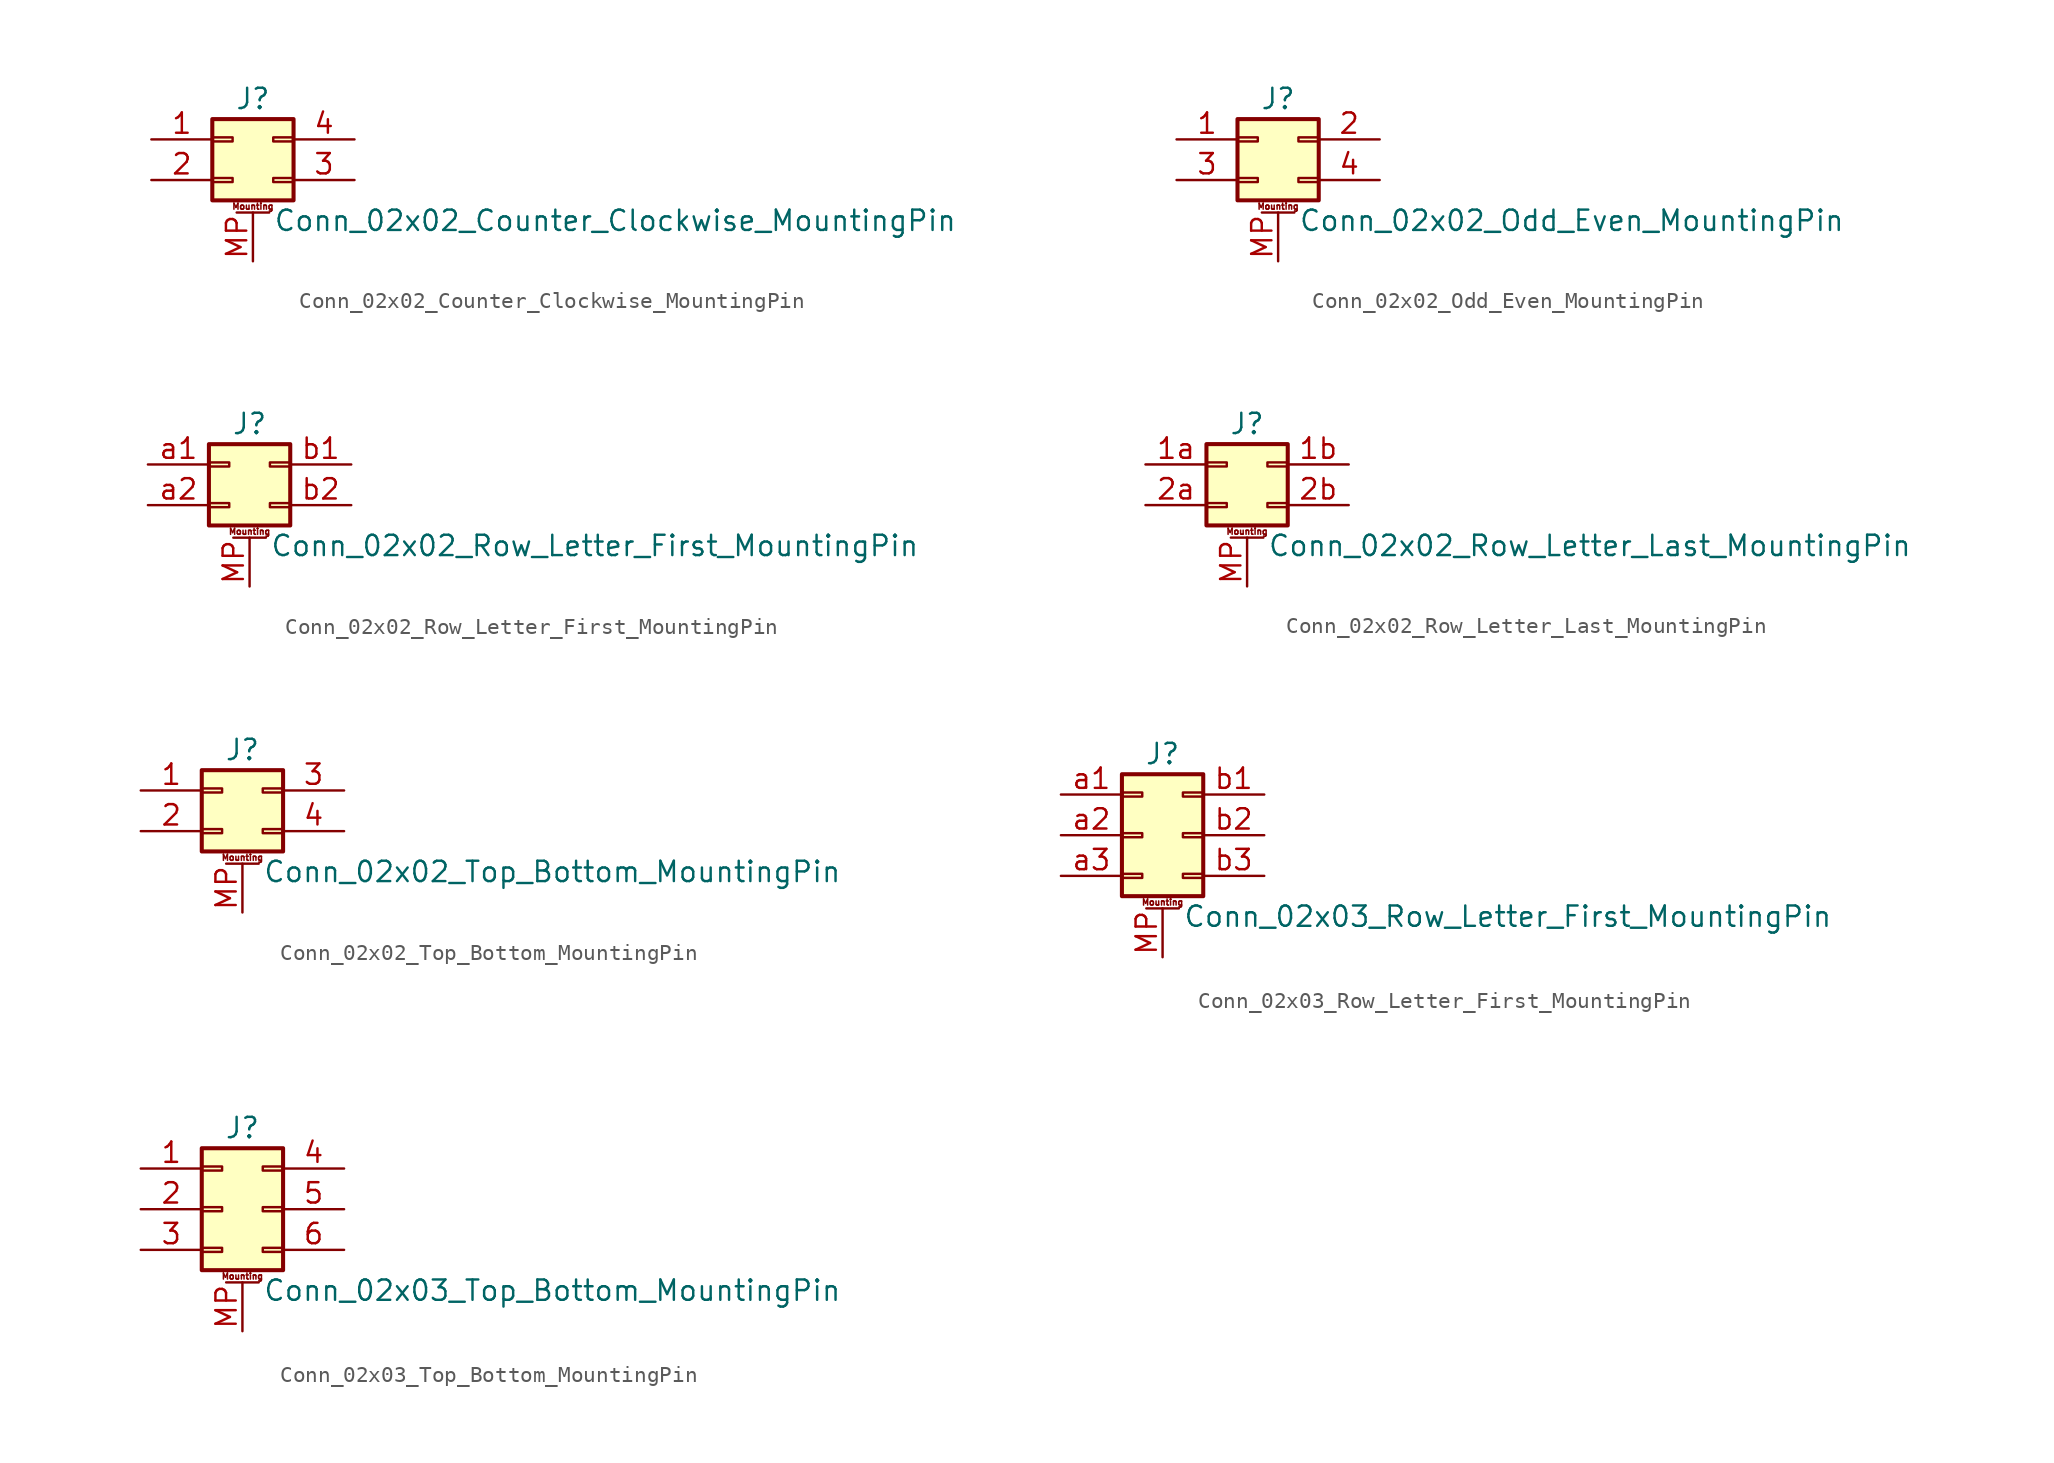
<source format=kicad_sym>
(kicad_symbol_lib
  (version 20201005)
  (generator kicad_symbol_editor)
  (symbol "Conn_02x02_Counter_Clockwise_MountingPin"
    (pin_names
      (offset 1.016) hide)
    (property "Reference" "J"
      (at 1.27 2.54 0)
      (effects (font (size 1.27 1.27))))
    (property "Value" "Conn_02x02_Counter_Clockwise_MountingPin"
      (at 2.54 -5.08 0)
      (effects (font (size 1.27 1.27)) (justify left)))
    (symbol "Conn_02x02_Counter_Clockwise_MountingPin_1_1"
      (text "Mounting" (at 1.27 -4.191 0) (effects (font (size 0.381 0.381))))
      (rectangle (start -1.27 -2.413) (end 0 -2.667) (stroke (width 0.152)) (fill (type none)))
      (rectangle (start -1.27 0.127) (end 0 -0.127) (stroke (width 0.152)) (fill (type none)))
      (rectangle (start -1.27 1.27) (end 3.81 -3.81) (stroke (width 0.254)) (fill (type background)))
      (rectangle (start 3.81 -2.413) (end 2.54 -2.667) (stroke (width 0.152)) (fill (type none)))
      (rectangle (start 3.81 0.127) (end 2.54 -0.127) (stroke (width 0.152)) (fill (type none)))
      (polyline (pts (xy 0.254 -4.572) (xy 2.286 -4.572)) (stroke (width 0.152)) (fill (type none)))
      (pin passive line (at -5.08 0 0) (length 3.81) (name "Pin_1" (effects (font (size 1.27 1.27)))) (number "1" (effects (font (size 1.27 1.27)))))
      (pin passive line (at -5.08 -2.54 0) (length 3.81) (name "Pin_2" (effects (font (size 1.27 1.27)))) (number "2" (effects (font (size 1.27 1.27)))))
      (pin passive line (at 7.62 -2.54 180) (length 3.81) (name "Pin_3" (effects (font (size 1.27 1.27)))) (number "3" (effects (font (size 1.27 1.27)))))
      (pin passive line (at 7.62 0 180) (length 3.81) (name "Pin_4" (effects (font (size 1.27 1.27)))) (number "4" (effects (font (size 1.27 1.27)))))
      (pin passive line (at 1.27 -7.62 90) (length 3.048) (name "MountPin" (effects (font (size 1.27 1.27)))) (number "MP" (effects (font (size 1.27 1.27)))))))
  (symbol "Conn_02x02_Odd_Even_MountingPin"
    (pin_names
      (offset 1.016) hide)
    (property "Reference" "J"
      (at 1.27 2.54 0)
      (effects (font (size 1.27 1.27))))
    (property "Value" "Conn_02x02_Odd_Even_MountingPin"
      (at 2.54 -5.08 0)
      (effects (font (size 1.27 1.27)) (justify left)))
    (symbol "Conn_02x02_Odd_Even_MountingPin_1_1"
      (text "Mounting" (at 1.27 -4.191 0) (effects (font (size 0.381 0.381))))
      (rectangle (start -1.27 -2.413) (end 0 -2.667) (stroke (width 0.152)) (fill (type none)))
      (rectangle (start -1.27 0.127) (end 0 -0.127) (stroke (width 0.152)) (fill (type none)))
      (rectangle (start -1.27 1.27) (end 3.81 -3.81) (stroke (width 0.254)) (fill (type background)))
      (rectangle (start 3.81 -2.413) (end 2.54 -2.667) (stroke (width 0.152)) (fill (type none)))
      (rectangle (start 3.81 0.127) (end 2.54 -0.127) (stroke (width 0.152)) (fill (type none)))
      (polyline (pts (xy 0.254 -4.572) (xy 2.286 -4.572)) (stroke (width 0.152)) (fill (type none)))
      (pin passive line (at -5.08 0 0) (length 3.81) (name "Pin_1" (effects (font (size 1.27 1.27)))) (number "1" (effects (font (size 1.27 1.27)))))
      (pin passive line (at 7.62 0 180) (length 3.81) (name "Pin_2" (effects (font (size 1.27 1.27)))) (number "2" (effects (font (size 1.27 1.27)))))
      (pin passive line (at -5.08 -2.54 0) (length 3.81) (name "Pin_3" (effects (font (size 1.27 1.27)))) (number "3" (effects (font (size 1.27 1.27)))))
      (pin passive line (at 7.62 -2.54 180) (length 3.81) (name "Pin_4" (effects (font (size 1.27 1.27)))) (number "4" (effects (font (size 1.27 1.27)))))
      (pin passive line (at 1.27 -7.62 90) (length 3.048) (name "MountPin" (effects (font (size 1.27 1.27)))) (number "MP" (effects (font (size 1.27 1.27)))))))
  (symbol "Conn_02x02_Row_Letter_First_MountingPin"
    (pin_names
      (offset 1.016) hide)
    (property "Reference" "J"
      (at 1.27 2.54 0)
      (effects (font (size 1.27 1.27))))
    (property "Value" "Conn_02x02_Row_Letter_First_MountingPin"
      (at 2.54 -5.08 0)
      (effects (font (size 1.27 1.27)) (justify left)))
    (symbol "Conn_02x02_Row_Letter_First_MountingPin_1_1"
      (text "Mounting" (at 1.27 -4.191 0) (effects (font (size 0.381 0.381))))
      (rectangle (start -1.27 -2.413) (end 0 -2.667) (stroke (width 0.152)) (fill (type none)))
      (rectangle (start -1.27 0.127) (end 0 -0.127) (stroke (width 0.152)) (fill (type none)))
      (rectangle (start -1.27 1.27) (end 3.81 -3.81) (stroke (width 0.254)) (fill (type background)))
      (rectangle (start 3.81 -2.413) (end 2.54 -2.667) (stroke (width 0.152)) (fill (type none)))
      (rectangle (start 3.81 0.127) (end 2.54 -0.127) (stroke (width 0.152)) (fill (type none)))
      (polyline (pts (xy 0.254 -4.572) (xy 2.286 -4.572)) (stroke (width 0.152)) (fill (type none)))
      (pin passive line (at 1.27 -7.62 90) (length 3.048) (name "MountPin" (effects (font (size 1.27 1.27)))) (number "MP" (effects (font (size 1.27 1.27)))))
      (pin passive line (at -5.08 0 0) (length 3.81) (name "Pin_a1" (effects (font (size 1.27 1.27)))) (number "a1" (effects (font (size 1.27 1.27)))))
      (pin passive line (at -5.08 -2.54 0) (length 3.81) (name "Pin_a2" (effects (font (size 1.27 1.27)))) (number "a2" (effects (font (size 1.27 1.27)))))
      (pin passive line (at 7.62 0 180) (length 3.81) (name "Pin_b1" (effects (font (size 1.27 1.27)))) (number "b1" (effects (font (size 1.27 1.27)))))
      (pin passive line (at 7.62 -2.54 180) (length 3.81) (name "Pin_b2" (effects (font (size 1.27 1.27)))) (number "b2" (effects (font (size 1.27 1.27)))))))
  (symbol "Conn_02x02_Row_Letter_Last_MountingPin"
    (pin_names
      (offset 1.016) hide)
    (property "Reference" "J"
      (at 1.27 2.54 0)
      (effects (font (size 1.27 1.27))))
    (property "Value" "Conn_02x02_Row_Letter_Last_MountingPin"
      (at 2.54 -5.08 0)
      (effects (font (size 1.27 1.27)) (justify left)))
    (symbol "Conn_02x02_Row_Letter_Last_MountingPin_1_1"
      (text "Mounting" (at 1.27 -4.191 0) (effects (font (size 0.381 0.381))))
      (rectangle (start -1.27 -2.413) (end 0 -2.667) (stroke (width 0.152)) (fill (type none)))
      (rectangle (start -1.27 0.127) (end 0 -0.127) (stroke (width 0.152)) (fill (type none)))
      (rectangle (start -1.27 1.27) (end 3.81 -3.81) (stroke (width 0.254)) (fill (type background)))
      (rectangle (start 3.81 -2.413) (end 2.54 -2.667) (stroke (width 0.152)) (fill (type none)))
      (rectangle (start 3.81 0.127) (end 2.54 -0.127) (stroke (width 0.152)) (fill (type none)))
      (polyline (pts (xy 0.254 -4.572) (xy 2.286 -4.572)) (stroke (width 0.152)) (fill (type none)))
      (pin passive line (at -5.08 0 0) (length 3.81) (name "Pin_1a" (effects (font (size 1.27 1.27)))) (number "1a" (effects (font (size 1.27 1.27)))))
      (pin passive line (at 7.62 0 180) (length 3.81) (name "Pin_1b" (effects (font (size 1.27 1.27)))) (number "1b" (effects (font (size 1.27 1.27)))))
      (pin passive line (at -5.08 -2.54 0) (length 3.81) (name "Pin_2a" (effects (font (size 1.27 1.27)))) (number "2a" (effects (font (size 1.27 1.27)))))
      (pin passive line (at 7.62 -2.54 180) (length 3.81) (name "Pin_2b" (effects (font (size 1.27 1.27)))) (number "2b" (effects (font (size 1.27 1.27)))))
      (pin passive line (at 1.27 -7.62 90) (length 3.048) (name "MountPin" (effects (font (size 1.27 1.27)))) (number "MP" (effects (font (size 1.27 1.27)))))))
  (symbol "Conn_02x02_Top_Bottom_MountingPin"
    (pin_names
      (offset 1.016) hide)
    (property "Reference" "J"
      (at 1.27 2.54 0)
      (effects (font (size 1.27 1.27))))
    (property "Value" "Conn_02x02_Top_Bottom_MountingPin"
      (at 2.54 -5.08 0)
      (effects (font (size 1.27 1.27)) (justify left)))
    (symbol "Conn_02x02_Top_Bottom_MountingPin_1_1"
      (text "Mounting" (at 1.27 -4.191 0) (effects (font (size 0.381 0.381))))
      (rectangle (start -1.27 -2.413) (end 0 -2.667) (stroke (width 0.152)) (fill (type none)))
      (rectangle (start -1.27 0.127) (end 0 -0.127) (stroke (width 0.152)) (fill (type none)))
      (rectangle (start -1.27 1.27) (end 3.81 -3.81) (stroke (width 0.254)) (fill (type background)))
      (rectangle (start 3.81 -2.413) (end 2.54 -2.667) (stroke (width 0.152)) (fill (type none)))
      (rectangle (start 3.81 0.127) (end 2.54 -0.127) (stroke (width 0.152)) (fill (type none)))
      (polyline (pts (xy 0.254 -4.572) (xy 2.286 -4.572)) (stroke (width 0.152)) (fill (type none)))
      (pin passive line (at -5.08 0 0) (length 3.81) (name "Pin_1" (effects (font (size 1.27 1.27)))) (number "1" (effects (font (size 1.27 1.27)))))
      (pin passive line (at -5.08 -2.54 0) (length 3.81) (name "Pin_2" (effects (font (size 1.27 1.27)))) (number "2" (effects (font (size 1.27 1.27)))))
      (pin passive line (at 7.62 0 180) (length 3.81) (name "Pin_3" (effects (font (size 1.27 1.27)))) (number "3" (effects (font (size 1.27 1.27)))))
      (pin passive line (at 7.62 -2.54 180) (length 3.81) (name "Pin_4" (effects (font (size 1.27 1.27)))) (number "4" (effects (font (size 1.27 1.27)))))
      (pin passive line (at 1.27 -7.62 90) (length 3.048) (name "MountPin" (effects (font (size 1.27 1.27)))) (number "MP" (effects (font (size 1.27 1.27)))))))
  (symbol "Conn_02x03_Row_Letter_First_MountingPin"
    (pin_names
      (offset 1.016) hide)
    (property "Reference" "J"
      (at 1.27 5.08 0)
      (effects (font (size 1.27 1.27))))
    (property "Value" "Conn_02x03_Row_Letter_First_MountingPin"
      (at 2.54 -5.08 0)
      (effects (font (size 1.27 1.27)) (justify left)))
    (symbol "Conn_02x03_Row_Letter_First_MountingPin_1_1"
      (text "Mounting" (at 1.27 -4.191 0) (effects (font (size 0.381 0.381))))
      (rectangle (start -1.27 -2.413) (end 0 -2.667) (stroke (width 0.152)) (fill (type none)))
      (rectangle (start -1.27 0.127) (end 0 -0.127) (stroke (width 0.152)) (fill (type none)))
      (rectangle (start -1.27 2.667) (end 0 2.413) (stroke (width 0.152)) (fill (type none)))
      (rectangle (start -1.27 3.81) (end 3.81 -3.81) (stroke (width 0.254)) (fill (type background)))
      (rectangle (start 3.81 -2.413) (end 2.54 -2.667) (stroke (width 0.152)) (fill (type none)))
      (rectangle (start 3.81 0.127) (end 2.54 -0.127) (stroke (width 0.152)) (fill (type none)))
      (rectangle (start 3.81 2.667) (end 2.54 2.413) (stroke (width 0.152)) (fill (type none)))
      (polyline (pts (xy 0.254 -4.572) (xy 2.286 -4.572)) (stroke (width 0.152)) (fill (type none)))
      (pin passive line (at 1.27 -7.62 90) (length 3.048) (name "MountPin" (effects (font (size 1.27 1.27)))) (number "MP" (effects (font (size 1.27 1.27)))))
      (pin passive line (at -5.08 2.54 0) (length 3.81) (name "Pin_a1" (effects (font (size 1.27 1.27)))) (number "a1" (effects (font (size 1.27 1.27)))))
      (pin passive line (at -5.08 0 0) (length 3.81) (name "Pin_a2" (effects (font (size 1.27 1.27)))) (number "a2" (effects (font (size 1.27 1.27)))))
      (pin passive line (at -5.08 -2.54 0) (length 3.81) (name "Pin_a3" (effects (font (size 1.27 1.27)))) (number "a3" (effects (font (size 1.27 1.27)))))
      (pin passive line (at 7.62 2.54 180) (length 3.81) (name "Pin_b1" (effects (font (size 1.27 1.27)))) (number "b1" (effects (font (size 1.27 1.27)))))
      (pin passive line (at 7.62 0 180) (length 3.81) (name "Pin_b2" (effects (font (size 1.27 1.27)))) (number "b2" (effects (font (size 1.27 1.27)))))
      (pin passive line (at 7.62 -2.54 180) (length 3.81) (name "Pin_b3" (effects (font (size 1.27 1.27)))) (number "b3" (effects (font (size 1.27 1.27)))))))
  (symbol "Conn_02x03_Top_Bottom_MountingPin"
    (pin_names
      (offset 1.016) hide)
    (property "Reference" "J"
      (at 1.27 5.08 0)
      (effects (font (size 1.27 1.27))))
    (property "Value" "Conn_02x03_Top_Bottom_MountingPin"
      (at 2.54 -5.08 0)
      (effects (font (size 1.27 1.27)) (justify left)))
    (symbol "Conn_02x03_Top_Bottom_MountingPin_1_1"
      (text "Mounting" (at 1.27 -4.191 0) (effects (font (size 0.381 0.381))))
      (rectangle (start -1.27 -2.413) (end 0 -2.667) (stroke (width 0.152)) (fill (type none)))
      (rectangle (start -1.27 0.127) (end 0 -0.127) (stroke (width 0.152)) (fill (type none)))
      (rectangle (start -1.27 2.667) (end 0 2.413) (stroke (width 0.152)) (fill (type none)))
      (rectangle (start -1.27 3.81) (end 3.81 -3.81) (stroke (width 0.254)) (fill (type background)))
      (rectangle (start 3.81 -2.413) (end 2.54 -2.667) (stroke (width 0.152)) (fill (type none)))
      (rectangle (start 3.81 0.127) (end 2.54 -0.127) (stroke (width 0.152)) (fill (type none)))
      (rectangle (start 3.81 2.667) (end 2.54 2.413) (stroke (width 0.152)) (fill (type none)))
      (polyline (pts (xy 0.254 -4.572) (xy 2.286 -4.572)) (stroke (width 0.152)) (fill (type none)))
      (pin passive line (at -5.08 2.54 0) (length 3.81) (name "Pin_1" (effects (font (size 1.27 1.27)))) (number "1" (effects (font (size 1.27 1.27)))))
      (pin passive line (at -5.08 0 0) (length 3.81) (name "Pin_2" (effects (font (size 1.27 1.27)))) (number "2" (effects (font (size 1.27 1.27)))))
      (pin passive line (at -5.08 -2.54 0) (length 3.81) (name "Pin_3" (effects (font (size 1.27 1.27)))) (number "3" (effects (font (size 1.27 1.27)))))
      (pin passive line (at 7.62 2.54 180) (length 3.81) (name "Pin_4" (effects (font (size 1.27 1.27)))) (number "4" (effects (font (size 1.27 1.27)))))
      (pin passive line (at 7.62 0 180) (length 3.81) (name "Pin_5" (effects (font (size 1.27 1.27)))) (number "5" (effects (font (size 1.27 1.27)))))
      (pin passive line (at 7.62 -2.54 180) (length 3.81) (name "Pin_6" (effects (font (size 1.27 1.27)))) (number "6" (effects (font (size 1.27 1.27)))))
      (pin passive line (at 1.27 -7.62 90) (length 3.048) (name "MountPin" (effects (font (size 1.27 1.27)))) (number "MP" (effects (font (size 1.27 1.27))))))))
</source>
